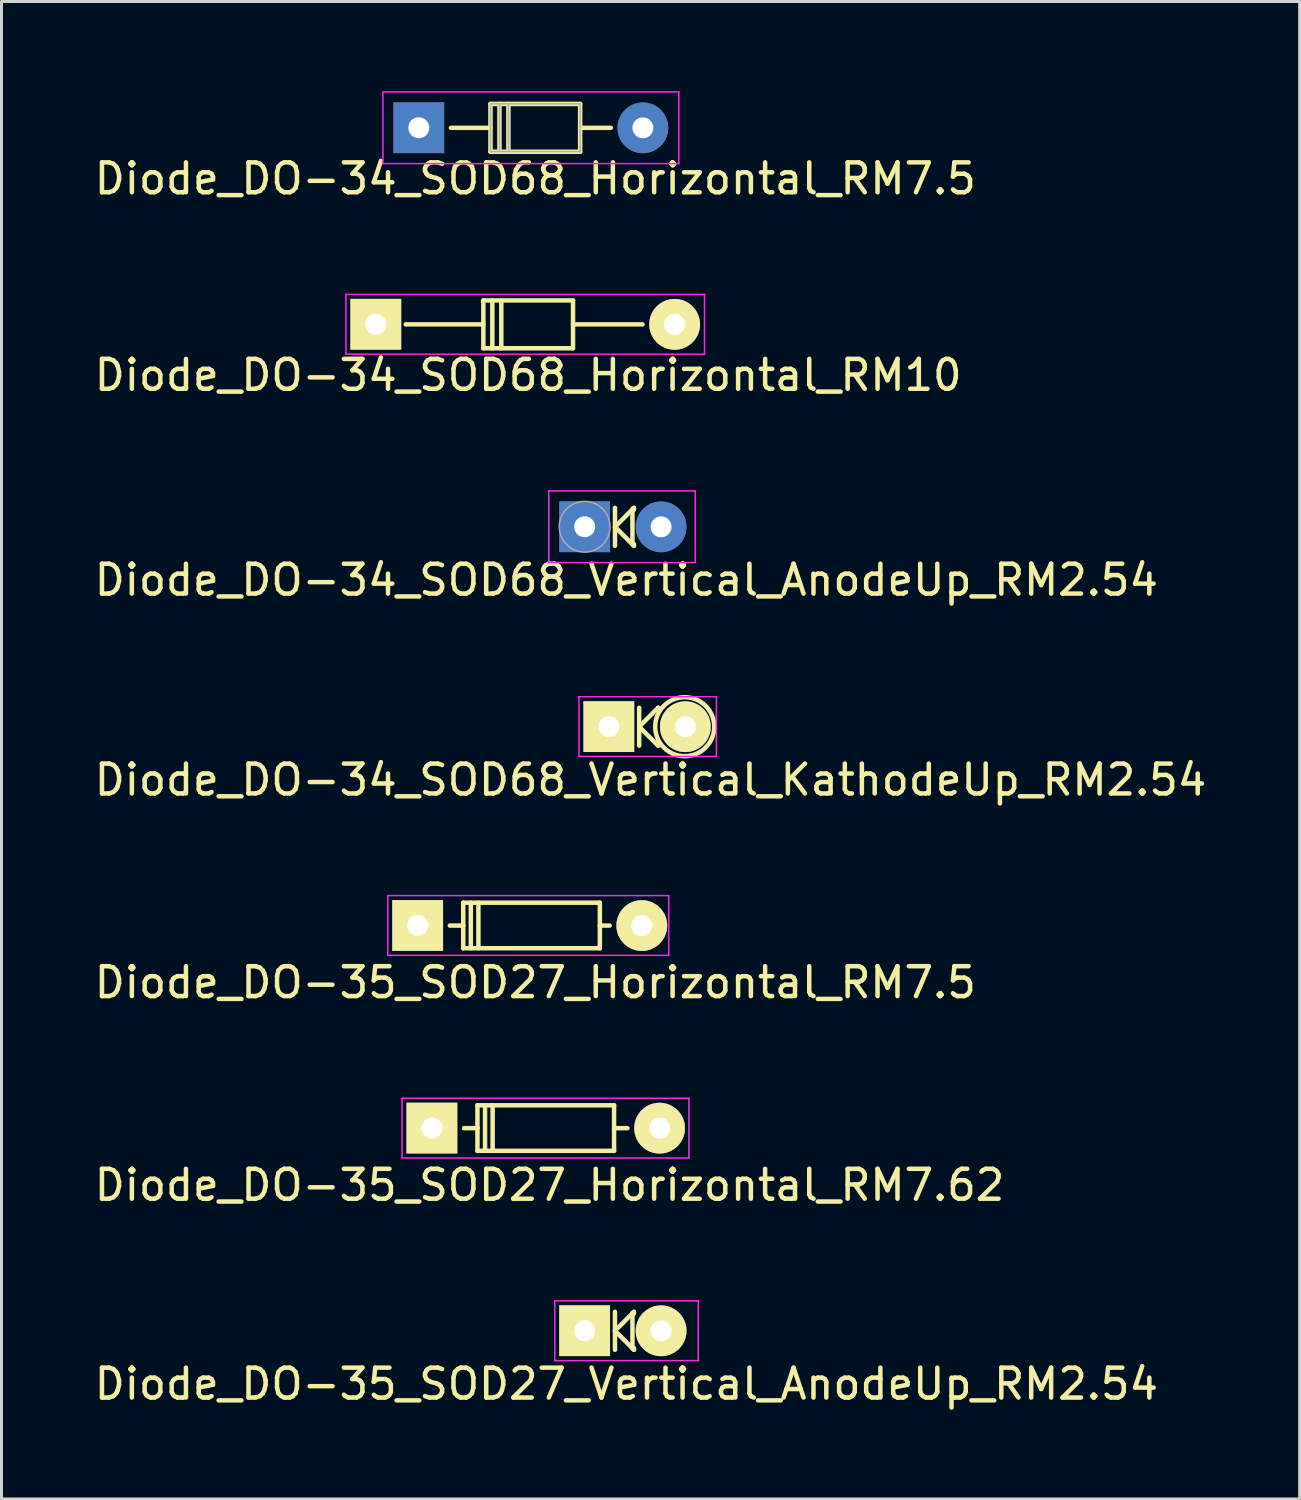
<source format=kicad_pcb>
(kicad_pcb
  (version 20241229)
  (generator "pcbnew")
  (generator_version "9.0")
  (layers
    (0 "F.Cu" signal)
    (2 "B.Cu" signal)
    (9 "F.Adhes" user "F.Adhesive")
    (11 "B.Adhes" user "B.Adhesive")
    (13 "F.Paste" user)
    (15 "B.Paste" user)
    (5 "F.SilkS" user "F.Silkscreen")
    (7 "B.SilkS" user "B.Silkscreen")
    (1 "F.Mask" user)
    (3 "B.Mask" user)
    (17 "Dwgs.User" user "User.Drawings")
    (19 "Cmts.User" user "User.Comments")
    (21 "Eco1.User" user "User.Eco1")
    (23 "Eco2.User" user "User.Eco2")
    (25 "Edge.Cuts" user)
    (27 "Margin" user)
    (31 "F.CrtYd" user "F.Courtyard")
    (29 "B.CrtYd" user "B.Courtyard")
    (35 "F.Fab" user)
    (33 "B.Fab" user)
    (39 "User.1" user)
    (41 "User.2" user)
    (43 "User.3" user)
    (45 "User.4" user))
  (footprint "Diode_DO-34_SOD68_Vertical_AnodeUp_RM2.54"
    (layer "F.Cu")
    (at 16.514 14.577)
    (property "Reference" "Diode_DO-34_SOD68_Vertical_AnodeUp_RM2.54" (at 1.396 1.781 0) (layer "F.SilkS") (effects (font (size 1 1) (thickness 0.15))))
    (attr through_hole)
    (fp_line (start 1.015 -0.632) (end 1.015 0.638) (stroke (width 0.15) (type solid)) (layer "F.SilkS"))
    (fp_line (start 1.015 0.003) (end 1.65 -0.632) (stroke (width 0.15) (type solid)) (layer "F.SilkS"))
    (fp_line (start 1.6 -0.6) (end 1.6 0.6) (stroke (width 0.15) (type solid)) (layer "F.SilkS"))
    (fp_line (start 1.65 0.578) (end 1.65 0.638) (stroke (width 0.15) (type solid)) (layer "F.SilkS"))
    (fp_line (start 1.65 -0.632) (end 1.65 -0.573) (stroke (width 0.15) (type solid)) (layer "F.SilkS"))
    (fp_line (start 1.65 0.638) (end 1.015 0.003) (stroke (width 0.15) (type solid)) (layer "F.SilkS"))
    (fp_line (start -1.2 -1.2) (end 3.7 -1.2) (stroke (width 0.05) (type solid)) (layer "F.CrtYd"))
    (fp_line (start -1.2 1.2) (end -1.2 -1.2) (stroke (width 0.05) (type solid)) (layer "F.CrtYd"))
    (fp_line (start 3.7 -1.2) (end 3.7 1.2) (stroke (width 0.05) (type solid)) (layer "F.CrtYd"))
    (fp_line (start 3.7 1.2) (end -1.2 1.2) (stroke (width 0.05) (type solid)) (layer "F.CrtYd"))
    (fp_circle (center 0 0) (end 0.6 0.6) (stroke (width 0.05) (type solid)) (fill no) (layer "F.Fab"))
    (pad "1" thru_hole rect (at 0 0 180) (size 1.699 1.699) (drill 0.701) (layers "*.Cu" "*.Mask"))
    (pad "2" thru_hole circle (at 2.559 0.003 180) (size 1.699 1.699) (drill 0.701) (layers "*.Cu" "*.Mask")))
  (footprint "Diode_DO-35_SOD27_Vertical_AnodeUp_RM2.54"
    (layer "F.Cu")
    (at 16.514 41.48)
    (property "Reference" "Diode_DO-35_SOD27_Vertical_AnodeUp_RM2.54" (at 1.396 1.781 0) (layer "F.SilkS") (effects (font (size 1 1) (thickness 0.15))))
    (attr through_hole)
    (fp_line (start 1.015 -0.632) (end 1.015 0.638) (stroke (width 0.15) (type solid)) (layer "F.SilkS"))
    (fp_line (start 1.015 0.003) (end 1.65 -0.632) (stroke (width 0.15) (type solid)) (layer "F.SilkS"))
    (fp_line (start 1.6 -0.6) (end 1.6 0.6) (stroke (width 0.15) (type solid)) (layer "F.SilkS"))
    (fp_line (start 1.65 0.578) (end 1.65 0.638) (stroke (width 0.15) (type solid)) (layer "F.SilkS"))
    (fp_line (start 1.65 -0.632) (end 1.65 -0.573) (stroke (width 0.15) (type solid)) (layer "F.SilkS"))
    (fp_line (start 1.65 0.638) (end 1.015 0.003) (stroke (width 0.15) (type solid)) (layer "F.SilkS"))
    (fp_line (start -1 -1) (end -1 1) (stroke (width 0.05) (type solid)) (layer "F.CrtYd"))
    (fp_line (start -1 1) (end 3.8 1) (stroke (width 0.05) (type solid)) (layer "F.CrtYd"))
    (fp_line (start 3.8 -1) (end -1 -1) (stroke (width 0.05) (type solid)) (layer "F.CrtYd"))
    (fp_line (start 3.8 1) (end 3.8 -1) (stroke (width 0.05) (type solid)) (layer "F.CrtYd"))
    (pad "1" thru_hole rect (at 0 0 180) (size 1.699 1.699) (drill 0.701) (layers "*.Cu" "*.Mask" "F.SilkS"))
    (pad "2" thru_hole circle (at 2.559 0.003 180) (size 1.699 1.699) (drill 0.701) (layers "*.Cu" "*.Mask" "F.SilkS")))
  (footprint "Diode_DO-35_SOD27_Horizontal_RM7.5"
    (layer "F.Cu")
    (at 10.927 27.919)
    (property "Reference" "Diode_DO-35_SOD27_Horizontal_RM7.5" (at 3.936 1.908 0) (layer "F.SilkS") (effects (font (size 1 1) (thickness 0.15))))
    (attr through_hole)
    (fp_line (start 1.523 0.003) (end 1.076 0.003) (stroke (width 0.15) (type solid)) (layer "F.SilkS"))
    (fp_line (start 1.524 -0.762) (end 1.524 0) (stroke (width 0.15) (type solid)) (layer "F.SilkS"))
    (fp_line (start 1.524 0) (end 1.524 0.762) (stroke (width 0.15) (type solid)) (layer "F.SilkS"))
    (fp_line (start 1.524 0.762) (end 6.096 0.762) (stroke (width 0.15) (type solid)) (layer "F.SilkS"))
    (fp_line (start 1.778 -0.762) (end 1.778 0.762) (stroke (width 0.15) (type solid)) (layer "F.SilkS"))
    (fp_line (start 2.032 -0.762) (end 2.032 0.762) (stroke (width 0.15) (type solid)) (layer "F.SilkS"))
    (fp_line (start 6.095 0.003) (end 6.424 0.003) (stroke (width 0.15) (type solid)) (layer "F.SilkS"))
    (fp_line (start 6.096 -0.762) (end 1.524 -0.762) (stroke (width 0.15) (type solid)) (layer "F.SilkS"))
    (fp_line (start 6.096 0.762) (end 6.096 -0.762) (stroke (width 0.15) (type solid)) (layer "F.SilkS"))
    (fp_line (start -1 -1) (end 8.4 -1) (stroke (width 0.05) (type solid)) (layer "F.CrtYd"))
    (fp_line (start -1 1) (end -1 -1) (stroke (width 0.05) (type solid)) (layer "F.CrtYd"))
    (fp_line (start 8.4 -1) (end 8.4 1) (stroke (width 0.05) (type solid)) (layer "F.CrtYd"))
    (fp_line (start 8.4 1) (end -1 1) (stroke (width 0.05) (type solid)) (layer "F.CrtYd"))
    (pad "1" thru_hole rect (at 0 0 180) (size 1.699 1.699) (drill 0.701) (layers "*.Cu" "*.Mask" "F.SilkS"))
    (pad "2" thru_hole circle (at 7.499 0.003 180) (size 1.699 1.699) (drill 0.701) (layers "*.Cu" "*.Mask" "F.SilkS")))
  (footprint "Diode_DO-35_SOD27_Horizontal_RM7.62"
    (layer "F.Cu")
    (at 11.403 34.699)
    (property "Reference" "Diode_DO-35_SOD27_Horizontal_RM7.62" (at 3.936 1.908 0) (layer "F.SilkS") (effects (font (size 1 1) (thickness 0.15))))
    (attr through_hole)
    (fp_line (start 1.523 0.003) (end 1.076 0.003) (stroke (width 0.15) (type solid)) (layer "F.SilkS"))
    (fp_line (start 1.524 -0.762) (end 1.524 0) (stroke (width 0.15) (type solid)) (layer "F.SilkS"))
    (fp_line (start 1.524 0) (end 1.524 0.762) (stroke (width 0.15) (type solid)) (layer "F.SilkS"))
    (fp_line (start 1.524 0.762) (end 6.096 0.762) (stroke (width 0.15) (type solid)) (layer "F.SilkS"))
    (fp_line (start 1.778 -0.762) (end 1.778 0.762) (stroke (width 0.15) (type solid)) (layer "F.SilkS"))
    (fp_line (start 2.032 -0.762) (end 2.032 0.762) (stroke (width 0.15) (type solid)) (layer "F.SilkS"))
    (fp_line (start 6.095 0.003) (end 6.544 0.003) (stroke (width 0.15) (type solid)) (layer "F.SilkS"))
    (fp_line (start 6.096 -0.762) (end 1.524 -0.762) (stroke (width 0.15) (type solid)) (layer "F.SilkS"))
    (fp_line (start 6.096 0.762) (end 6.096 -0.762) (stroke (width 0.15) (type solid)) (layer "F.SilkS"))
    (fp_line (start -1 -1) (end -1 1) (stroke (width 0.05) (type solid)) (layer "F.CrtYd"))
    (fp_line (start -1 1) (end 8.6 1) (stroke (width 0.05) (type solid)) (layer "F.CrtYd"))
    (fp_line (start 8.6 -1) (end -1 -1) (stroke (width 0.05) (type solid)) (layer "F.CrtYd"))
    (fp_line (start 8.6 1) (end 8.6 -1) (stroke (width 0.05) (type solid)) (layer "F.CrtYd"))
    (pad "1" thru_hole rect (at 0 0 180) (size 1.699 1.699) (drill 0.701) (layers "*.Cu" "*.Mask" "F.SilkS"))
    (pad "2" thru_hole circle (at 7.619 0.003 180) (size 1.699 1.699) (drill 0.701) (layers "*.Cu" "*.Mask" "F.SilkS")))
  (footprint "Diode_DO-34_SOD68_Vertical_KathodeUp_RM2.54"
    (layer "F.Cu")
    (at 17.324 21.265)
    (property "Reference" "Diode_DO-34_SOD68_Vertical_KathodeUp_RM2.54" (at 1.396 1.781 0) (layer "F.SilkS") (effects (font (size 1 1) (thickness 0.15))))
    (attr through_hole)
    (fp_line (start 1.015 -0.632) (end 1.015 0.638) (stroke (width 0.15) (type solid)) (layer "F.SilkS"))
    (fp_line (start 1.015 0.003) (end 1.65 -0.632) (stroke (width 0.15) (type solid)) (layer "F.SilkS"))
    (fp_line (start 1.65 0.578) (end 1.65 0.638) (stroke (width 0.15) (type solid)) (layer "F.SilkS"))
    (fp_line (start 1.65 -0.632) (end 1.65 -0.573) (stroke (width 0.15) (type solid)) (layer "F.SilkS"))
    (fp_line (start 1.65 0.638) (end 1.015 0.003) (stroke (width 0.15) (type solid)) (layer "F.SilkS"))
    (fp_circle (center 2.539 0.003) (end 3.45 0.384) (stroke (width 0.15) (type solid)) (fill no) (layer "F.SilkS"))
    (fp_line (start -1 -1) (end 3.6 -1) (stroke (width 0.05) (type solid)) (layer "F.CrtYd"))
    (fp_line (start -1 1) (end -1 -1) (stroke (width 0.05) (type solid)) (layer "F.CrtYd"))
    (fp_line (start 3.6 -1) (end 3.6 1) (stroke (width 0.05) (type solid)) (layer "F.CrtYd"))
    (fp_line (start 3.6 1) (end -1 1) (stroke (width 0.05) (type solid)) (layer "F.CrtYd"))
    (pad "1" thru_hole rect (at 0 0 180) (size 1.699 1.699) (drill 0.701) (layers "*.Cu" "*.Mask" "F.SilkS"))
    (pad "2" thru_hole circle (at 2.559 0.003 180) (size 1.699 1.699) (drill 0.701) (layers "*.Cu" "*.Mask" "F.SilkS")))
  (footprint "Diode_DO-34_SOD68_Horizontal_RM7.5"
    (layer "F.Cu")
    (at 10.964 1.225)
    (property "Reference" "Diode_DO-34_SOD68_Horizontal_RM7.5" (at 3.899 1.703 0) (layer "F.SilkS") (effects (font (size 1 1) (thickness 0.15))))
    (attr through_hole)
    (fp_line (start 2.399 -0.797) (end 5.399 -0.797) (stroke (width 0.15) (type solid)) (layer "F.SilkS"))
    (fp_line (start 2.399 0.003) (end 1.076 0.003) (stroke (width 0.15) (type solid)) (layer "F.SilkS"))
    (fp_line (start 2.399 0.803) (end 2.399 -0.797) (stroke (width 0.15) (type solid)) (layer "F.SilkS"))
    (fp_line (start 2.699 -0.797) (end 2.699 0.803) (stroke (width 0.15) (type solid)) (layer "F.SilkS"))
    (fp_line (start 2.999 0.803) (end 2.999 -0.797) (stroke (width 0.15) (type solid)) (layer "F.SilkS"))
    (fp_line (start 5.399 -0.797) (end 5.399 0.803) (stroke (width 0.15) (type solid)) (layer "F.SilkS"))
    (fp_line (start 5.399 0.003) (end 6.424 0.003) (stroke (width 0.15) (type solid)) (layer "F.SilkS"))
    (fp_line (start 5.399 0.803) (end 2.399 0.803) (stroke (width 0.15) (type solid)) (layer "F.SilkS"))
    (fp_line (start -1.2 -1.2) (end -1.2 1.2) (stroke (width 0.05) (type solid)) (layer "F.CrtYd"))
    (fp_line (start -1.2 1.2) (end 8.7 1.2) (stroke (width 0.05) (type solid)) (layer "F.CrtYd"))
    (fp_line (start 8.7 -1.2) (end -1.2 -1.2) (stroke (width 0.05) (type solid)) (layer "F.CrtYd"))
    (fp_line (start 8.7 1.2) (end 8.7 -1.2) (stroke (width 0.05) (type solid)) (layer "F.CrtYd"))
    (fp_line (start 2.4 -0.8) (end 5.4 -0.8) (stroke (width 0.05) (type solid)) (layer "F.Fab"))
    (fp_line (start 2.4 0.8) (end 2.4 -0.8) (stroke (width 0.05) (type solid)) (layer "F.Fab"))
    (fp_line (start 2.7 0.8) (end 2.7 -0.8) (stroke (width 0.05) (type solid)) (layer "F.Fab"))
    (fp_line (start 3 -0.8) (end 3 0.8) (stroke (width 0.05) (type solid)) (layer "F.Fab"))
    (fp_line (start 5.4 -0.8) (end 5.4 0.8) (stroke (width 0.05) (type solid)) (layer "F.Fab"))
    (fp_line (start 5.4 0.8) (end 2.4 0.8) (stroke (width 0.05) (type solid)) (layer "F.Fab"))
    (pad "1" thru_hole rect (at 0 0 180) (size 1.699 1.699) (drill 0.701) (layers "*.Cu" "*.Mask"))
    (pad "2" thru_hole circle (at 7.499 0.003 180) (size 1.699 1.699) (drill 0.701) (layers "*.Cu" "*.Mask")))
  (footprint "Diode_DO-34_SOD68_Horizontal_RM10"
    (layer "F.Cu")
    (at 9.526 7.801)
    (property "Reference" "Diode_DO-34_SOD68_Horizontal_RM10" (at 5.099 1.703 0) (layer "F.SilkS") (effects (font (size 1 1) (thickness 0.15))))
    (attr through_hole)
    (fp_line (start 1 0.003) (end 3.599 0.003) (stroke (width 0.15) (type solid)) (layer "F.SilkS"))
    (fp_line (start 3.599 -0.797) (end 6.599 -0.797) (stroke (width 0.15) (type solid)) (layer "F.SilkS"))
    (fp_line (start 3.599 0.803) (end 3.599 -0.797) (stroke (width 0.15) (type solid)) (layer "F.SilkS"))
    (fp_line (start 3.899 -0.797) (end 3.899 0.803) (stroke (width 0.15) (type solid)) (layer "F.SilkS"))
    (fp_line (start 4.199 0.803) (end 4.199 -0.797) (stroke (width 0.15) (type solid)) (layer "F.SilkS"))
    (fp_line (start 6.599 -0.797) (end 6.599 0.803) (stroke (width 0.15) (type solid)) (layer "F.SilkS"))
    (fp_line (start 6.599 0.003) (end 8.924 0.003) (stroke (width 0.15) (type solid)) (layer "F.SilkS"))
    (fp_line (start 6.599 0.803) (end 3.599 0.803) (stroke (width 0.15) (type solid)) (layer "F.SilkS"))
    (fp_line (start -1 -1) (end 11 -1) (stroke (width 0.05) (type solid)) (layer "F.CrtYd"))
    (fp_line (start -1 1) (end -1 -1) (stroke (width 0.05) (type solid)) (layer "F.CrtYd"))
    (fp_line (start 11 -1) (end 11 1) (stroke (width 0.05) (type solid)) (layer "F.CrtYd"))
    (fp_line (start 11 1) (end -1 1) (stroke (width 0.05) (type solid)) (layer "F.CrtYd"))
    (pad "1" thru_hole rect (at 0 0 180) (size 1.699 1.699) (drill 0.701) (layers "*.Cu" "*.Mask" "F.SilkS"))
    (pad "2" thru_hole circle (at 9.999 0.003 180) (size 1.699 1.699) (drill 0.701) (layers "*.Cu" "*.Mask" "F.SilkS")))
  (gr_rect
    (start -3 -3)
    (end 40.44 47.109)
    (stroke (width 0.1) (type default))
    (fill no)
    (layer "Edge.Cuts")))
</source>
